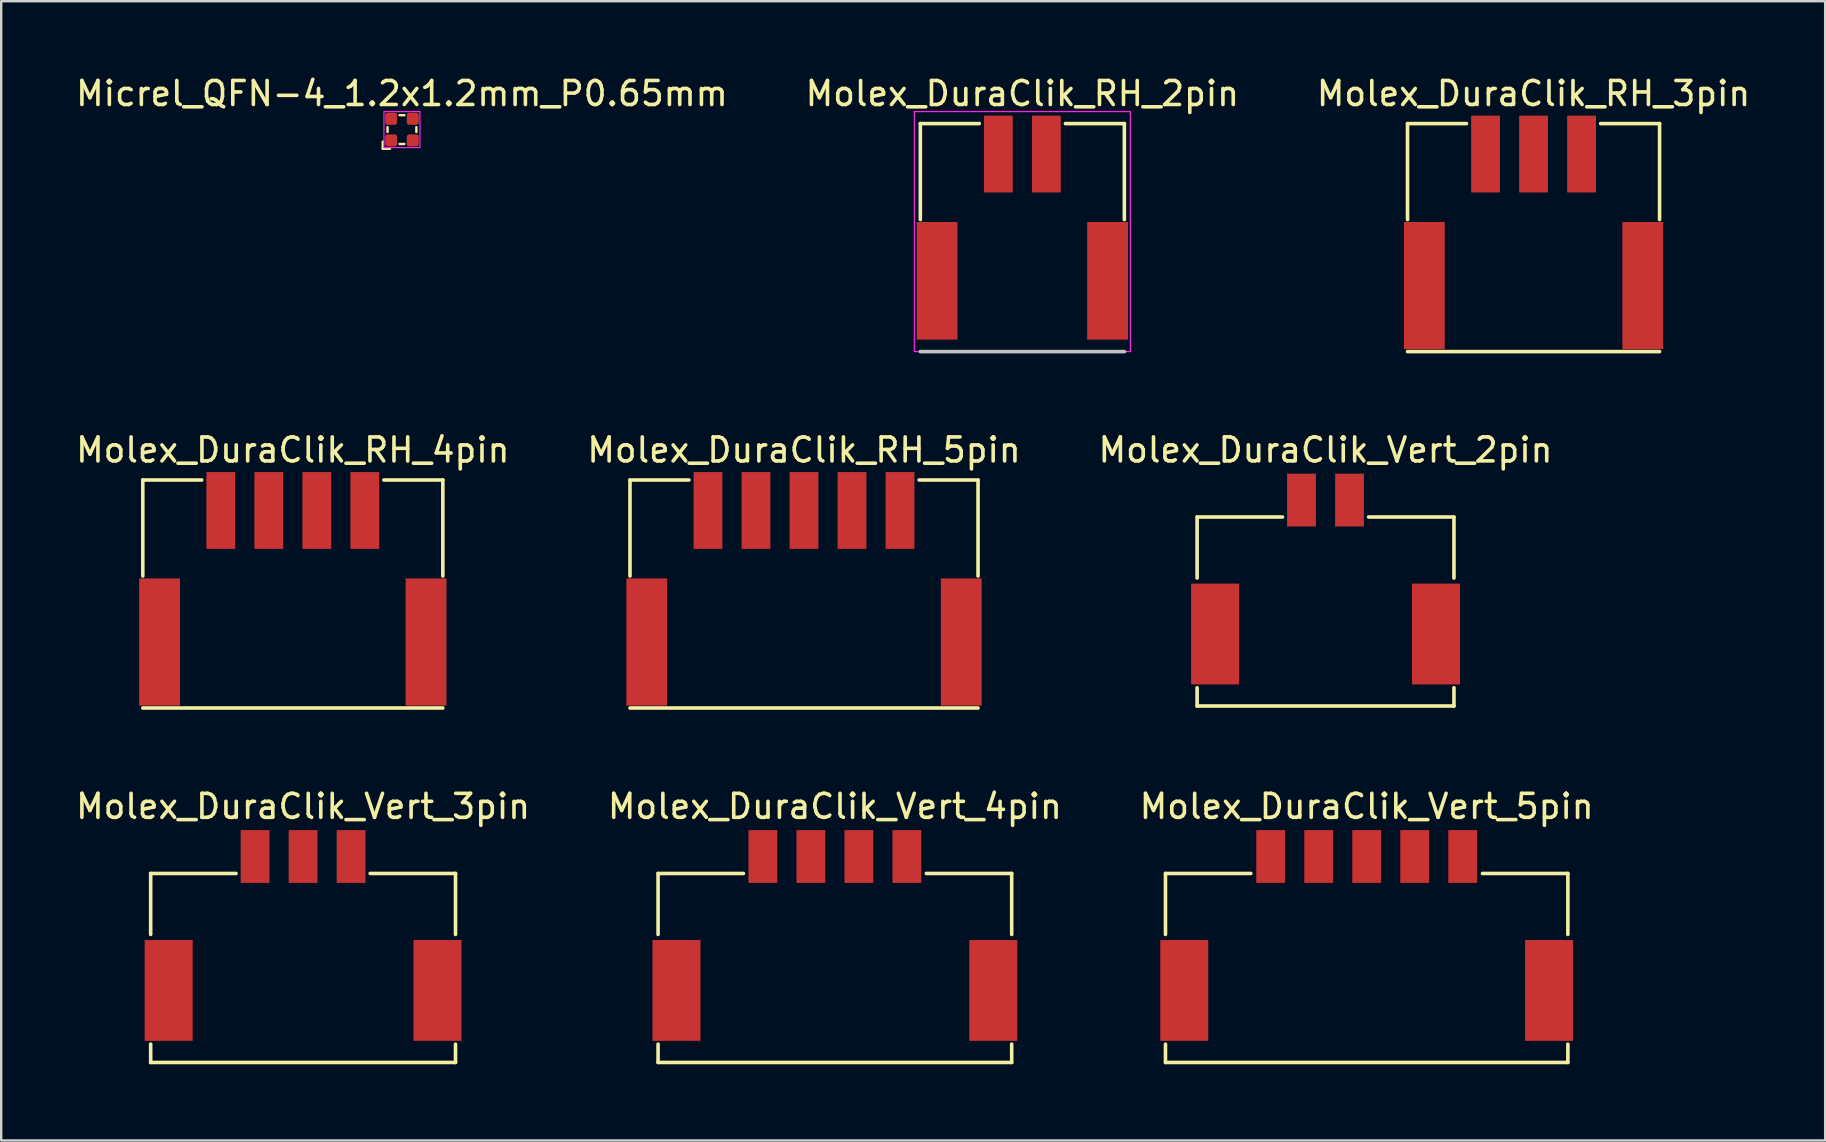
<source format=kicad_pcb>
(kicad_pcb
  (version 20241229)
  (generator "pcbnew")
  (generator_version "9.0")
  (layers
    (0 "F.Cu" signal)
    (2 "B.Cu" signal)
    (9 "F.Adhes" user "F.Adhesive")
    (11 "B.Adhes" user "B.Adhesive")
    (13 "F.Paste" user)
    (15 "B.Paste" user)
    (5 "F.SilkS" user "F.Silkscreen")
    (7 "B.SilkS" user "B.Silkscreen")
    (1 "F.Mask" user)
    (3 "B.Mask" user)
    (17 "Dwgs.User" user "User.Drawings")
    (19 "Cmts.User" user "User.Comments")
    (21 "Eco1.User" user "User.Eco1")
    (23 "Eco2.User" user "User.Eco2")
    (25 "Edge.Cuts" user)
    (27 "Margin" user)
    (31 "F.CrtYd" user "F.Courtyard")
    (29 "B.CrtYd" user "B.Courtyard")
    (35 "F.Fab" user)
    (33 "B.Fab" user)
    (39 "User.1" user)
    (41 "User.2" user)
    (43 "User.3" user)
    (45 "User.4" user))
  (footprint "Molex_DuraClik_Vert_5pin"
    (layer "F.Cu")
    (at 53.887 41.213)
    (property "Reference" "Molex_DuraClik_Vert_5pin" (at 0 -10.668 0) (layer "F.SilkS") (effects (font (size 1 1) (thickness 0.15))))
    (attr through_hole)
    (fp_line (start -8.382 -7.874) (end -8.382 -5.334) (stroke (width 0.15) (type solid)) (layer "F.SilkS"))
    (fp_line (start -8.382 -0.762) (end -8.382 0) (stroke (width 0.15) (type solid)) (layer "F.SilkS"))
    (fp_line (start -8.382 0) (end 8.382 0) (stroke (width 0.15) (type solid)) (layer "F.SilkS"))
    (fp_line (start -4.826 -7.874) (end -8.382 -7.874) (stroke (width 0.15) (type solid)) (layer "F.SilkS"))
    (fp_line (start 4.826 -7.874) (end 8.382 -7.874) (stroke (width 0.15) (type solid)) (layer "F.SilkS"))
    (fp_line (start 8.382 -7.874) (end 8.382 -5.334) (stroke (width 0.15) (type solid)) (layer "F.SilkS"))
    (fp_line (start 8.382 0) (end 8.382 -0.762) (stroke (width 0.15) (type solid)) (layer "F.SilkS"))
    (pad "1" smd rect (at 4 -8.58) (size 1.2 2.2) (layers "F.Cu" "F.Mask" "F.Paste"))
    (pad "2" smd rect (at 2 -8.58) (size 1.2 2.2) (layers "F.Cu" "F.Mask" "F.Paste"))
    (pad "3" smd rect (at 0 -8.58) (size 1.2 2.2) (layers "F.Cu" "F.Mask" "F.Paste"))
    (pad "4" smd rect (at -2 -8.58) (size 1.2 2.2) (layers "F.Cu" "F.Mask" "F.Paste"))
    (pad "5" smd rect (at -4 -8.58) (size 1.2 2.2) (layers "F.Cu" "F.Mask" "F.Paste"))
    (pad "MP" smd rect (at -7.6 -3) (size 2 4.2) (layers "F.Cu" "F.Mask" "F.Paste"))
    (pad "MP" smd rect (at 7.6 -3) (size 2 4.2) (layers "F.Cu" "F.Mask" "F.Paste")))
  (footprint "Molex_DuraClik_Vert_3pin"
    (layer "F.Cu")
    (at 9.577 41.213)
    (property "Reference" "Molex_DuraClik_Vert_3pin" (at 0 -10.668 0) (layer "F.SilkS") (effects (font (size 1 1) (thickness 0.15))))
    (attr through_hole)
    (fp_line (start -6.35 -7.874) (end -6.35 -5.334) (stroke (width 0.15) (type solid)) (layer "F.SilkS"))
    (fp_line (start -6.35 -0.762) (end -6.35 0) (stroke (width 0.15) (type solid)) (layer "F.SilkS"))
    (fp_line (start -6.35 0) (end 6.35 0) (stroke (width 0.15) (type solid)) (layer "F.SilkS"))
    (fp_line (start -2.794 -7.874) (end -6.35 -7.874) (stroke (width 0.15) (type solid)) (layer "F.SilkS"))
    (fp_line (start 2.794 -7.874) (end 6.35 -7.874) (stroke (width 0.15) (type solid)) (layer "F.SilkS"))
    (fp_line (start 6.35 -7.874) (end 6.35 -5.334) (stroke (width 0.15) (type solid)) (layer "F.SilkS"))
    (fp_line (start 6.35 0) (end 6.35 -0.762) (stroke (width 0.15) (type solid)) (layer "F.SilkS"))
    (pad "1" smd rect (at -2 -8.58) (size 1.2 2.2) (layers "F.Cu" "F.Mask" "F.Paste"))
    (pad "2" smd rect (at 0 -8.58) (size 1.2 2.2) (layers "F.Cu" "F.Mask" "F.Paste"))
    (pad "3" smd rect (at 2 -8.58) (size 1.2 2.2) (layers "F.Cu" "F.Mask" "F.Paste"))
    (pad "MP" smd rect (at -5.6 -3) (size 2 4.2) (layers "F.Cu" "F.Mask" "F.Paste"))
    (pad "MP" smd rect (at 5.6 -3) (size 2 4.2) (layers "F.Cu" "F.Mask" "F.Paste")))
  (footprint "Molex_DuraClik_RH_2pin"
    (layer "F.Cu")
    (at 39.542 11.598)
    (property "Reference" "Molex_DuraClik_RH_2pin" (at 0 -10.75 0) (layer "F.SilkS") (effects (font (size 1 1) (thickness 0.15))))
    (attr smd)
    (fp_line (start -4.25 -9.5) (end -4.25 -5.5) (stroke (width 0.15) (type solid)) (layer "F.SilkS"))
    (fp_line (start -1.794 -9.5) (end -4.25 -9.5) (stroke (width 0.15) (type solid)) (layer "F.SilkS"))
    (fp_line (start 1.794 -9.5) (end 4.25 -9.5) (stroke (width 0.15) (type solid)) (layer "F.SilkS"))
    (fp_line (start 4.25 -9.5) (end 4.25 -5.5) (stroke (width 0.15) (type solid)) (layer "F.SilkS"))
    (fp_line (start -4.25 0) (end 4.25 0) (stroke (width 0.15) (type solid)) (layer "Dwgs.User"))
    (fp_rect (start -4.5 -10) (end 4.5 0) (stroke (width 0.05) (type default)) (fill no) (layer "F.CrtYd"))
    (pad "1" smd rect (at -1 -8.23) (size 1.2 3.2) (layers "F.Cu" "F.Mask" "F.Paste"))
    (pad "2" smd rect (at 1 -8.23) (size 1.2 3.2) (layers "F.Cu" "F.Mask" "F.Paste"))
    (pad "MP" smd rect (at -3.55 -2.95) (size 1.7 4.9) (layers "F.Cu" "F.Mask" "F.Paste"))
    (pad "MP" smd rect (at 3.55 -2.95) (size 1.7 4.9) (layers "F.Cu" "F.Mask" "F.Paste")))
  (footprint "Micrel_QFN-4_1.2x1.2mm_P0.65mm"
    (layer "F.Cu")
    (at 13.696 2.348)
    (property "Reference" "Micrel_QFN-4_1.2x1.2mm_P0.65mm" (at 0 -1.5 0) (unlocked yes) (layer "F.SilkS") (effects (font (size 1 1) (thickness 0.15))))
    (attr smd)
    (fp_line (start -0.8 0.5) (end -0.8 0.8) (stroke (width 0.1) (type solid)) (layer "F.SilkS"))
    (fp_line (start -0.8 0.8) (end -0.5 0.8) (stroke (width 0.1) (type solid)) (layer "F.SilkS"))
    (fp_line (start -0.6 -0.1) (end -0.6 0.1) (stroke (width 0.1) (type solid)) (layer "F.SilkS"))
    (fp_line (start -0.1 0.6) (end 0.1 0.6) (stroke (width 0.1) (type solid)) (layer "F.SilkS"))
    (fp_line (start 0.1 -0.6) (end -0.1 -0.6) (stroke (width 0.1) (type solid)) (layer "F.SilkS"))
    (fp_line (start 0.6 0.1) (end 0.6 -0.1) (stroke (width 0.1) (type solid)) (layer "F.SilkS"))
    (fp_rect (start -0.75 -0.75) (end 0.75 0.75) (stroke (width 0.05) (type solid)) (fill no) (layer "F.CrtYd"))
    (pad "1" smd roundrect (at -0.45 0.45) (size 0.5 0.5) (layers "F.Cu" "F.Mask" "F.Paste") (roundrect_rratio 0.2))
    (pad "2" smd roundrect (at 0.45 0.45) (size 0.5 0.5) (layers "F.Cu" "F.Mask" "F.Paste") (roundrect_rratio 0.2))
    (pad "3" smd roundrect (at 0.45 -0.45) (size 0.5 0.5) (layers "F.Cu" "F.Mask" "F.Paste") (roundrect_rratio 0.2))
    (pad "4" smd roundrect (at -0.45 -0.45) (size 0.5 0.5) (layers "F.Cu" "F.Mask" "F.Paste") (roundrect_rratio 0.2)))
  (footprint "Molex_DuraClik_RH_3pin"
    (layer "F.Cu")
    (at 60.839 11.598)
    (property "Reference" "Molex_DuraClik_RH_3pin" (at 0 -10.75 0) (layer "F.SilkS") (effects (font (size 1 1) (thickness 0.15))))
    (attr through_hole)
    (fp_line (start -5.25 -9.5) (end -5.25 -5.5) (stroke (width 0.15) (type solid)) (layer "F.SilkS"))
    (fp_line (start -5.25 0) (end 5.25 0) (stroke (width 0.15) (type solid)) (layer "F.SilkS"))
    (fp_line (start -2.794 -9.5) (end -5.25 -9.5) (stroke (width 0.15) (type solid)) (layer "F.SilkS"))
    (fp_line (start 2.794 -9.5) (end 5.25 -9.5) (stroke (width 0.15) (type solid)) (layer "F.SilkS"))
    (fp_line (start 5.25 -9.5) (end 5.25 -5.5) (stroke (width 0.15) (type solid)) (layer "F.SilkS"))
    (pad "1" smd rect (at -2 -8.23) (size 1.2 3.2) (layers "F.Cu" "F.Mask" "F.Paste"))
    (pad "2" smd rect (at 0 -8.23) (size 1.2 3.2) (layers "F.Cu" "F.Mask" "F.Paste"))
    (pad "3" smd rect (at 2 -8.23) (size 1.2 3.2) (layers "F.Cu" "F.Mask" "F.Paste"))
    (pad "MP" smd rect (at -4.55 -2.75) (size 1.7 5.3) (layers "F.Cu" "F.Mask" "F.Paste"))
    (pad "MP" smd rect (at 4.55 -2.75) (size 1.7 5.3) (layers "F.Cu" "F.Mask" "F.Paste")))
  (footprint "Molex_DuraClik_Vert_4pin"
    (layer "F.Cu")
    (at 31.732 41.213)
    (property "Reference" "Molex_DuraClik_Vert_4pin" (at 0 -10.668 0) (layer "F.SilkS") (effects (font (size 1 1) (thickness 0.15))))
    (attr through_hole)
    (fp_line (start -7.366 -7.874) (end -7.366 -5.334) (stroke (width 0.15) (type solid)) (layer "F.SilkS"))
    (fp_line (start -7.366 -0.762) (end -7.366 0) (stroke (width 0.15) (type solid)) (layer "F.SilkS"))
    (fp_line (start -7.366 0) (end 7.366 0) (stroke (width 0.15) (type solid)) (layer "F.SilkS"))
    (fp_line (start -3.81 -7.874) (end -7.366 -7.874) (stroke (width 0.15) (type solid)) (layer "F.SilkS"))
    (fp_line (start 3.81 -7.874) (end 7.366 -7.874) (stroke (width 0.15) (type solid)) (layer "F.SilkS"))
    (fp_line (start 7.366 -7.874) (end 7.366 -5.334) (stroke (width 0.15) (type solid)) (layer "F.SilkS"))
    (fp_line (start 7.366 0) (end 7.366 -0.762) (stroke (width 0.15) (type solid)) (layer "F.SilkS"))
    (pad "1" smd rect (at 3 -8.58) (size 1.2 2.2) (layers "F.Cu" "F.Mask" "F.Paste"))
    (pad "2" smd rect (at 1 -8.58) (size 1.2 2.2) (layers "F.Cu" "F.Mask" "F.Paste"))
    (pad "3" smd rect (at -1 -8.58) (size 1.2 2.2) (layers "F.Cu" "F.Mask" "F.Paste"))
    (pad "4" smd rect (at -3 -8.58) (size 1.2 2.2) (layers "F.Cu" "F.Mask" "F.Paste"))
    (pad "MP" smd rect (at -6.6 -3) (size 2 4.2) (layers "F.Cu" "F.Mask" "F.Paste"))
    (pad "MP" smd rect (at 6.6 -3) (size 2 4.2) (layers "F.Cu" "F.Mask" "F.Paste")))
  (footprint "Molex_DuraClik_RH_4pin"
    (layer "F.Cu")
    (at 9.149 26.447)
    (property "Reference" "Molex_DuraClik_RH_4pin" (at 0 -10.75 0) (layer "F.SilkS") (effects (font (size 1 1) (thickness 0.15))))
    (attr through_hole)
    (fp_line (start -6.25 -9.5) (end -6.25 -5.5) (stroke (width 0.15) (type solid)) (layer "F.SilkS"))
    (fp_line (start -6.25 0) (end 6.25 0) (stroke (width 0.15) (type solid)) (layer "F.SilkS"))
    (fp_line (start -3.794 -9.5) (end -6.25 -9.5) (stroke (width 0.15) (type solid)) (layer "F.SilkS"))
    (fp_line (start 3.794 -9.5) (end 6.25 -9.5) (stroke (width 0.15) (type solid)) (layer "F.SilkS"))
    (fp_line (start 6.25 -9.5) (end 6.25 -5.5) (stroke (width 0.15) (type solid)) (layer "F.SilkS"))
    (pad "1" smd rect (at -3 -8.23) (size 1.2 3.2) (layers "F.Cu" "F.Mask" "F.Paste"))
    (pad "2" smd rect (at -1 -8.23) (size 1.2 3.2) (layers "F.Cu" "F.Mask" "F.Paste"))
    (pad "3" smd rect (at 1 -8.23) (size 1.2 3.2) (layers "F.Cu" "F.Mask" "F.Paste"))
    (pad "4" smd rect (at 3 -8.23) (size 1.2 3.2) (layers "F.Cu" "F.Mask" "F.Paste"))
    (pad "MP" smd rect (at -5.55 -2.75) (size 1.7 5.3) (layers "F.Cu" "F.Mask" "F.Paste"))
    (pad "MP" smd rect (at 5.55 -2.75) (size 1.7 5.3) (layers "F.Cu" "F.Mask" "F.Paste")))
  (footprint "Molex_DuraClik_Vert_2pin"
    (layer "F.Cu")
    (at 52.173 26.364)
    (property "Reference" "Molex_DuraClik_Vert_2pin" (at 0 -10.668 0) (layer "F.SilkS") (effects (font (size 1 1) (thickness 0.15))))
    (attr through_hole)
    (fp_line (start -5.35 -7.874) (end -5.35 -5.334) (stroke (width 0.15) (type solid)) (layer "F.SilkS"))
    (fp_line (start -5.35 -0.762) (end -5.35 0) (stroke (width 0.15) (type solid)) (layer "F.SilkS"))
    (fp_line (start -5.35 0) (end 5.35 0) (stroke (width 0.15) (type solid)) (layer "F.SilkS"))
    (fp_line (start -1.794 -7.874) (end -5.35 -7.874) (stroke (width 0.15) (type solid)) (layer "F.SilkS"))
    (fp_line (start 1.794 -7.874) (end 5.35 -7.874) (stroke (width 0.15) (type solid)) (layer "F.SilkS"))
    (fp_line (start 5.35 -7.874) (end 5.35 -5.334) (stroke (width 0.15) (type solid)) (layer "F.SilkS"))
    (fp_line (start 5.35 0) (end 5.35 -0.762) (stroke (width 0.15) (type solid)) (layer "F.SilkS"))
    (pad "1" smd rect (at 1 -8.58) (size 1.2 2.2) (layers "F.Cu" "F.Mask" "F.Paste"))
    (pad "2" smd rect (at -1 -8.58) (size 1.2 2.2) (layers "F.Cu" "F.Mask" "F.Paste"))
    (pad "MP" smd rect (at -4.6 -3) (size 2 4.2) (layers "F.Cu" "F.Mask" "F.Paste"))
    (pad "MP" smd rect (at 4.6 -3) (size 2 4.2) (layers "F.Cu" "F.Mask" "F.Paste")))
  (footprint "Molex_DuraClik_RH_5pin"
    (layer "F.Cu")
    (at 30.446 26.447)
    (property "Reference" "Molex_DuraClik_RH_5pin" (at 0 -10.75 0) (layer "F.SilkS") (effects (font (size 1 1) (thickness 0.15))))
    (attr through_hole)
    (fp_line (start -7.25 -9.5) (end -7.25 -5.5) (stroke (width 0.15) (type solid)) (layer "F.SilkS"))
    (fp_line (start -7.25 0) (end 7.25 0) (stroke (width 0.15) (type solid)) (layer "F.SilkS"))
    (fp_line (start -4.794 -9.5) (end -7.25 -9.5) (stroke (width 0.15) (type solid)) (layer "F.SilkS"))
    (fp_line (start 4.794 -9.5) (end 7.25 -9.5) (stroke (width 0.15) (type solid)) (layer "F.SilkS"))
    (fp_line (start 7.25 -9.5) (end 7.25 -5.5) (stroke (width 0.15) (type solid)) (layer "F.SilkS"))
    (pad "1" smd rect (at -4 -8.23) (size 1.2 3.2) (layers "F.Cu" "F.Mask" "F.Paste"))
    (pad "2" smd rect (at -2 -8.23) (size 1.2 3.2) (layers "F.Cu" "F.Mask" "F.Paste"))
    (pad "3" smd rect (at 0 -8.23) (size 1.2 3.2) (layers "F.Cu" "F.Mask" "F.Paste"))
    (pad "4" smd rect (at 2 -8.23) (size 1.2 3.2) (layers "F.Cu" "F.Mask" "F.Paste"))
    (pad "5" smd rect (at 4 -8.23) (size 1.2 3.2) (layers "F.Cu" "F.Mask" "F.Paste"))
    (pad "MP" smd rect (at -6.55 -2.75) (size 1.7 5.3) (layers "F.Cu" "F.Mask" "F.Paste"))
    (pad "MP" smd rect (at 6.55 -2.75) (size 1.7 5.3) (layers "F.Cu" "F.Mask" "F.Paste")))
  (gr_rect
    (start -3 -3)
    (end 72.988 44.463)
    (stroke (width 0.1) (type default))
    (fill no)
    (layer "Edge.Cuts")))
</source>
